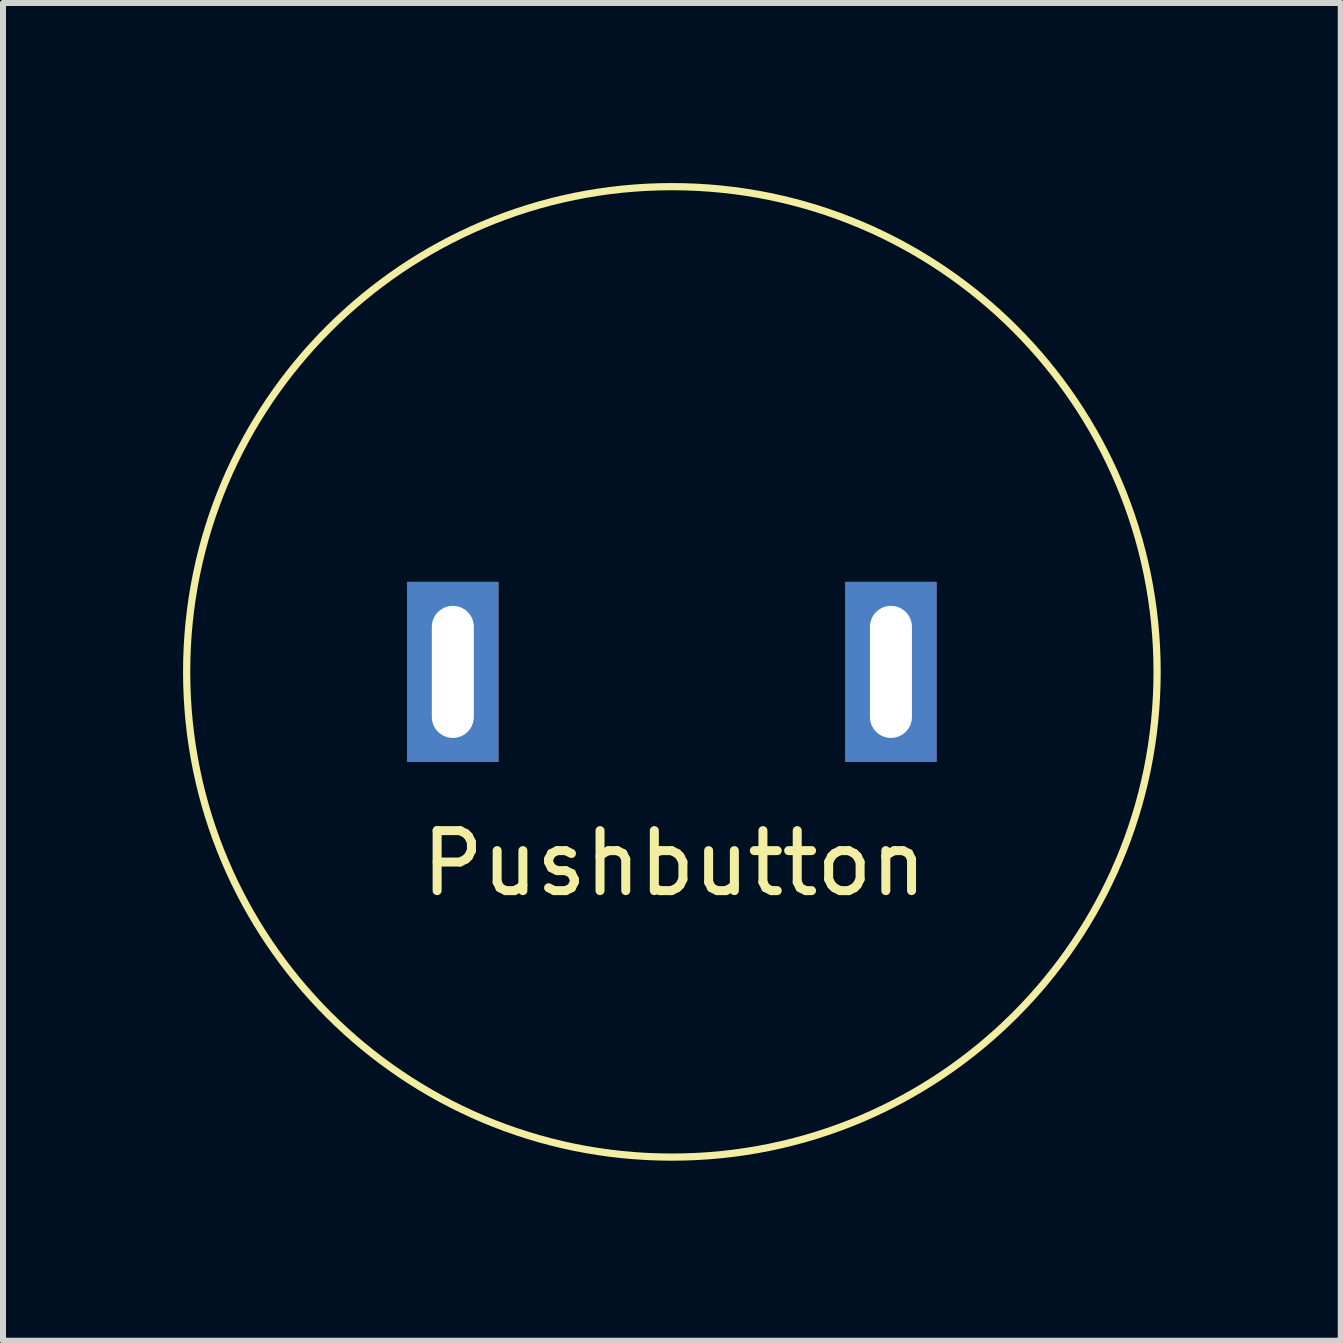
<source format=kicad_pcb>
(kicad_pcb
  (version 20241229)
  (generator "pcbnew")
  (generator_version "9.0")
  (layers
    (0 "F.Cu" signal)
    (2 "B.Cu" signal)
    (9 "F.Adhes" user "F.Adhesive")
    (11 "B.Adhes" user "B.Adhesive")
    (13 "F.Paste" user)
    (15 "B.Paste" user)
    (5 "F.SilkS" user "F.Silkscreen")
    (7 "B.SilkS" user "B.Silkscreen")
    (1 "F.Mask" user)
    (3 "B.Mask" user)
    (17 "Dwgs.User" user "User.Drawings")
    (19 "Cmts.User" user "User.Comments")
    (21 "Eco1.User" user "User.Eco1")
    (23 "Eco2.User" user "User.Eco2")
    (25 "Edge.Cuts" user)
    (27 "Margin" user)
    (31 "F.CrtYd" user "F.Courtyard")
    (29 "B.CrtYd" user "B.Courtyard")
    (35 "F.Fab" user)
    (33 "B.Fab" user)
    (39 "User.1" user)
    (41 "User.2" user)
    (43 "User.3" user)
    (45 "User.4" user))
  (footprint "Pushbutton"
    (layer "F.Cu")
    (at 8.145 8.145)
    (property "Reference" "Pushbutton" (at 0.041 3.19 0) (layer "F.SilkS") (effects (font (size 1 1) (thickness 0.15))))
    (attr through_hole)
    (fp_circle (center 0 0) (end 8.085 0) (stroke (width 0.12) (type solid)) (fill no) (layer "F.SilkS"))
    (pad "1" thru_hole rect (at -3.65 0 90) (size 3 1.524) (drill oval 2.2 0.7) (layers "*.Cu" "*.Mask"))
    (pad "2" thru_hole rect (at 3.65 0 90) (size 3 1.524) (drill oval 2.2 0.7) (layers "*.Cu" "*.Mask")))
  (gr_rect
    (start -3 -3)
    (end 19.29 19.29)
    (stroke (width 0.1) (type default))
    (fill no)
    (layer "Edge.Cuts")))
</source>
